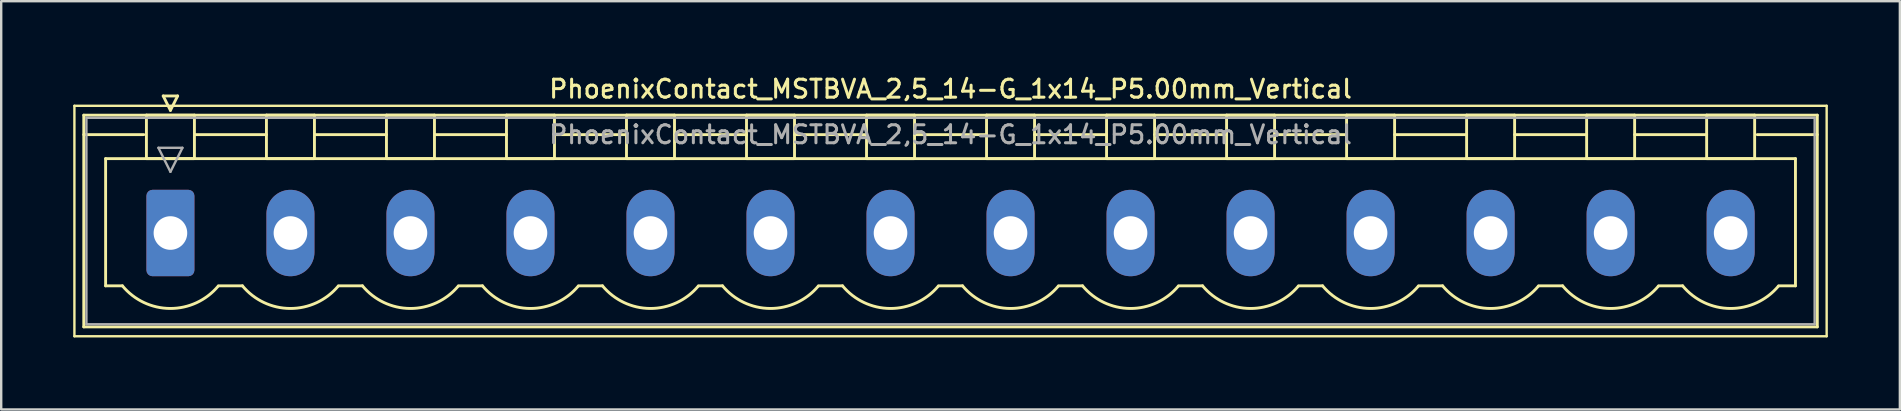
<source format=kicad_pcb>
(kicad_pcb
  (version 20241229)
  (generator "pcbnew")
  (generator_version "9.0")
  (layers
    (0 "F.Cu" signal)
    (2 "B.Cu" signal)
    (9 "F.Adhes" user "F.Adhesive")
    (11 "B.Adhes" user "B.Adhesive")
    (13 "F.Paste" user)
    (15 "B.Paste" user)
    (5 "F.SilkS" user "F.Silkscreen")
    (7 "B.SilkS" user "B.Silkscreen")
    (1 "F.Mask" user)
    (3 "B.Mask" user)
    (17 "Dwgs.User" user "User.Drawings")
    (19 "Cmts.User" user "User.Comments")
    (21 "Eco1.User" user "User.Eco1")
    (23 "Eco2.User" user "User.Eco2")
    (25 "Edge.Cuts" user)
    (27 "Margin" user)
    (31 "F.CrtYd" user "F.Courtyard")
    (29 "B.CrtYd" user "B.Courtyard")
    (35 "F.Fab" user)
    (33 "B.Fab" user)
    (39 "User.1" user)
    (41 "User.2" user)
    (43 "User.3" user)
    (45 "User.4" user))
  (footprint "PhoenixContact_MSTBVA_2,5_14-G_1x14_P5.00mm_Vertical"
    (layer "F.Cu")
    (at 4.05 6.658)
    (property "Reference" "PhoenixContact_MSTBVA_2,5_14-G_1x14_P5.00mm_Vertical" (at 32.5 -6 0) (layer "F.SilkS") (effects (font (size 0.75 0.75) (thickness 0.125))))
    (attr through_hole)
    (fp_line (start -4 -5.3) (end -4 4.3) (stroke (width 0.1) (type solid)) (layer "F.SilkS"))
    (fp_line (start -4 4.3) (end 69 4.3) (stroke (width 0.1) (type solid)) (layer "F.SilkS"))
    (fp_line (start -3.61 -4.91) (end -3.61 3.91) (stroke (width 0.12) (type solid)) (layer "F.SilkS"))
    (fp_line (start -3.61 -4.1) (end -1.11 -4.1) (stroke (width 0.12) (type solid)) (layer "F.SilkS"))
    (fp_line (start -3.61 3.91) (end 68.61 3.91) (stroke (width 0.12) (type solid)) (layer "F.SilkS"))
    (fp_line (start -2.7 -3.1) (end 67.7 -3.1) (stroke (width 0.12) (type solid)) (layer "F.SilkS"))
    (fp_line (start -2.7 2.2) (end -2.7 -3.1) (stroke (width 0.12) (type solid)) (layer "F.SilkS"))
    (fp_line (start -2 2.2) (end -2.7 2.2) (stroke (width 0.12) (type solid)) (layer "F.SilkS"))
    (fp_line (start -1 -4.91) (end 1 -4.91) (stroke (width 0.12) (type solid)) (layer "F.SilkS"))
    (fp_line (start -1 -3.1) (end -1 -4.91) (stroke (width 0.12) (type solid)) (layer "F.SilkS"))
    (fp_line (start -0.3 -5.71) (end 0.3 -5.71) (stroke (width 0.12) (type solid)) (layer "F.SilkS"))
    (fp_line (start 0 -5.11) (end -0.3 -5.71) (stroke (width 0.12) (type solid)) (layer "F.SilkS"))
    (fp_line (start 0.3 -5.71) (end 0 -5.11) (stroke (width 0.12) (type solid)) (layer "F.SilkS"))
    (fp_line (start 1 -4.91) (end 1 -3.1) (stroke (width 0.12) (type solid)) (layer "F.SilkS"))
    (fp_line (start 1 -4.1) (end 4 -4.1) (stroke (width 0.12) (type solid)) (layer "F.SilkS"))
    (fp_line (start 1 -3.1) (end -1 -3.1) (stroke (width 0.12) (type solid)) (layer "F.SilkS"))
    (fp_line (start 2 2.2) (end 3 2.2) (stroke (width 0.12) (type solid)) (layer "F.SilkS"))
    (fp_line (start 4 -4.91) (end 6 -4.91) (stroke (width 0.12) (type solid)) (layer "F.SilkS"))
    (fp_line (start 4 -3.1) (end 4 -4.91) (stroke (width 0.12) (type solid)) (layer "F.SilkS"))
    (fp_line (start 6 -4.91) (end 6 -3.1) (stroke (width 0.12) (type solid)) (layer "F.SilkS"))
    (fp_line (start 6 -4.1) (end 9 -4.1) (stroke (width 0.12) (type solid)) (layer "F.SilkS"))
    (fp_line (start 6 -3.1) (end 4 -3.1) (stroke (width 0.12) (type solid)) (layer "F.SilkS"))
    (fp_line (start 7 2.2) (end 8 2.2) (stroke (width 0.12) (type solid)) (layer "F.SilkS"))
    (fp_line (start 9 -4.91) (end 11 -4.91) (stroke (width 0.12) (type solid)) (layer "F.SilkS"))
    (fp_line (start 9 -3.1) (end 9 -4.91) (stroke (width 0.12) (type solid)) (layer "F.SilkS"))
    (fp_line (start 11 -4.91) (end 11 -3.1) (stroke (width 0.12) (type solid)) (layer "F.SilkS"))
    (fp_line (start 11 -4.1) (end 14 -4.1) (stroke (width 0.12) (type solid)) (layer "F.SilkS"))
    (fp_line (start 11 -3.1) (end 9 -3.1) (stroke (width 0.12) (type solid)) (layer "F.SilkS"))
    (fp_line (start 12 2.2) (end 13 2.2) (stroke (width 0.12) (type solid)) (layer "F.SilkS"))
    (fp_line (start 14 -4.91) (end 16 -4.91) (stroke (width 0.12) (type solid)) (layer "F.SilkS"))
    (fp_line (start 14 -3.1) (end 14 -4.91) (stroke (width 0.12) (type solid)) (layer "F.SilkS"))
    (fp_line (start 16 -4.91) (end 16 -3.1) (stroke (width 0.12) (type solid)) (layer "F.SilkS"))
    (fp_line (start 16 -4.1) (end 19 -4.1) (stroke (width 0.12) (type solid)) (layer "F.SilkS"))
    (fp_line (start 16 -3.1) (end 14 -3.1) (stroke (width 0.12) (type solid)) (layer "F.SilkS"))
    (fp_line (start 17 2.2) (end 18 2.2) (stroke (width 0.12) (type solid)) (layer "F.SilkS"))
    (fp_line (start 19 -4.91) (end 21 -4.91) (stroke (width 0.12) (type solid)) (layer "F.SilkS"))
    (fp_line (start 19 -3.1) (end 19 -4.91) (stroke (width 0.12) (type solid)) (layer "F.SilkS"))
    (fp_line (start 21 -4.91) (end 21 -3.1) (stroke (width 0.12) (type solid)) (layer "F.SilkS"))
    (fp_line (start 21 -4.1) (end 24 -4.1) (stroke (width 0.12) (type solid)) (layer "F.SilkS"))
    (fp_line (start 21 -3.1) (end 19 -3.1) (stroke (width 0.12) (type solid)) (layer "F.SilkS"))
    (fp_line (start 22 2.2) (end 23 2.2) (stroke (width 0.12) (type solid)) (layer "F.SilkS"))
    (fp_line (start 24 -4.91) (end 26 -4.91) (stroke (width 0.12) (type solid)) (layer "F.SilkS"))
    (fp_line (start 24 -3.1) (end 24 -4.91) (stroke (width 0.12) (type solid)) (layer "F.SilkS"))
    (fp_line (start 26 -4.91) (end 26 -3.1) (stroke (width 0.12) (type solid)) (layer "F.SilkS"))
    (fp_line (start 26 -4.1) (end 29 -4.1) (stroke (width 0.12) (type solid)) (layer "F.SilkS"))
    (fp_line (start 26 -3.1) (end 24 -3.1) (stroke (width 0.12) (type solid)) (layer "F.SilkS"))
    (fp_line (start 27 2.2) (end 28 2.2) (stroke (width 0.12) (type solid)) (layer "F.SilkS"))
    (fp_line (start 29 -4.91) (end 31 -4.91) (stroke (width 0.12) (type solid)) (layer "F.SilkS"))
    (fp_line (start 29 -3.1) (end 29 -4.91) (stroke (width 0.12) (type solid)) (layer "F.SilkS"))
    (fp_line (start 31 -4.91) (end 31 -3.1) (stroke (width 0.12) (type solid)) (layer "F.SilkS"))
    (fp_line (start 31 -4.1) (end 34 -4.1) (stroke (width 0.12) (type solid)) (layer "F.SilkS"))
    (fp_line (start 31 -3.1) (end 29 -3.1) (stroke (width 0.12) (type solid)) (layer "F.SilkS"))
    (fp_line (start 32 2.2) (end 33 2.2) (stroke (width 0.12) (type solid)) (layer "F.SilkS"))
    (fp_line (start 34 -4.91) (end 36 -4.91) (stroke (width 0.12) (type solid)) (layer "F.SilkS"))
    (fp_line (start 34 -3.1) (end 34 -4.91) (stroke (width 0.12) (type solid)) (layer "F.SilkS"))
    (fp_line (start 36 -4.91) (end 36 -3.1) (stroke (width 0.12) (type solid)) (layer "F.SilkS"))
    (fp_line (start 36 -4.1) (end 39 -4.1) (stroke (width 0.12) (type solid)) (layer "F.SilkS"))
    (fp_line (start 36 -3.1) (end 34 -3.1) (stroke (width 0.12) (type solid)) (layer "F.SilkS"))
    (fp_line (start 37 2.2) (end 38 2.2) (stroke (width 0.12) (type solid)) (layer "F.SilkS"))
    (fp_line (start 39 -4.91) (end 41 -4.91) (stroke (width 0.12) (type solid)) (layer "F.SilkS"))
    (fp_line (start 39 -3.1) (end 39 -4.91) (stroke (width 0.12) (type solid)) (layer "F.SilkS"))
    (fp_line (start 41 -4.91) (end 41 -3.1) (stroke (width 0.12) (type solid)) (layer "F.SilkS"))
    (fp_line (start 41 -4.1) (end 44 -4.1) (stroke (width 0.12) (type solid)) (layer "F.SilkS"))
    (fp_line (start 41 -3.1) (end 39 -3.1) (stroke (width 0.12) (type solid)) (layer "F.SilkS"))
    (fp_line (start 42 2.2) (end 43 2.2) (stroke (width 0.12) (type solid)) (layer "F.SilkS"))
    (fp_line (start 44 -4.91) (end 46 -4.91) (stroke (width 0.12) (type solid)) (layer "F.SilkS"))
    (fp_line (start 44 -3.1) (end 44 -4.91) (stroke (width 0.12) (type solid)) (layer "F.SilkS"))
    (fp_line (start 46 -4.91) (end 46 -3.1) (stroke (width 0.12) (type solid)) (layer "F.SilkS"))
    (fp_line (start 46 -4.1) (end 49 -4.1) (stroke (width 0.12) (type solid)) (layer "F.SilkS"))
    (fp_line (start 46 -3.1) (end 44 -3.1) (stroke (width 0.12) (type solid)) (layer "F.SilkS"))
    (fp_line (start 47 2.2) (end 48 2.2) (stroke (width 0.12) (type solid)) (layer "F.SilkS"))
    (fp_line (start 49 -4.91) (end 51 -4.91) (stroke (width 0.12) (type solid)) (layer "F.SilkS"))
    (fp_line (start 49 -3.1) (end 49 -4.91) (stroke (width 0.12) (type solid)) (layer "F.SilkS"))
    (fp_line (start 51 -4.91) (end 51 -3.1) (stroke (width 0.12) (type solid)) (layer "F.SilkS"))
    (fp_line (start 51 -4.1) (end 54 -4.1) (stroke (width 0.12) (type solid)) (layer "F.SilkS"))
    (fp_line (start 51 -3.1) (end 49 -3.1) (stroke (width 0.12) (type solid)) (layer "F.SilkS"))
    (fp_line (start 52 2.2) (end 53 2.2) (stroke (width 0.12) (type solid)) (layer "F.SilkS"))
    (fp_line (start 54 -4.91) (end 56 -4.91) (stroke (width 0.12) (type solid)) (layer "F.SilkS"))
    (fp_line (start 54 -3.1) (end 54 -4.91) (stroke (width 0.12) (type solid)) (layer "F.SilkS"))
    (fp_line (start 56 -4.91) (end 56 -3.1) (stroke (width 0.12) (type solid)) (layer "F.SilkS"))
    (fp_line (start 56 -4.1) (end 59 -4.1) (stroke (width 0.12) (type solid)) (layer "F.SilkS"))
    (fp_line (start 56 -3.1) (end 54 -3.1) (stroke (width 0.12) (type solid)) (layer "F.SilkS"))
    (fp_line (start 57 2.2) (end 58 2.2) (stroke (width 0.12) (type solid)) (layer "F.SilkS"))
    (fp_line (start 59 -4.91) (end 61 -4.91) (stroke (width 0.12) (type solid)) (layer "F.SilkS"))
    (fp_line (start 59 -3.1) (end 59 -4.91) (stroke (width 0.12) (type solid)) (layer "F.SilkS"))
    (fp_line (start 61 -4.91) (end 61 -3.1) (stroke (width 0.12) (type solid)) (layer "F.SilkS"))
    (fp_line (start 61 -4.1) (end 64 -4.1) (stroke (width 0.12) (type solid)) (layer "F.SilkS"))
    (fp_line (start 61 -3.1) (end 59 -3.1) (stroke (width 0.12) (type solid)) (layer "F.SilkS"))
    (fp_line (start 62 2.2) (end 63 2.2) (stroke (width 0.12) (type solid)) (layer "F.SilkS"))
    (fp_line (start 64 -4.91) (end 66 -4.91) (stroke (width 0.12) (type solid)) (layer "F.SilkS"))
    (fp_line (start 64 -3.1) (end 64 -4.91) (stroke (width 0.12) (type solid)) (layer "F.SilkS"))
    (fp_line (start 66 -4.91) (end 66 -3.1) (stroke (width 0.12) (type solid)) (layer "F.SilkS"))
    (fp_line (start 66 -3.1) (end 64 -3.1) (stroke (width 0.12) (type solid)) (layer "F.SilkS"))
    (fp_line (start 67.7 -3.1) (end 67.7 2.2) (stroke (width 0.12) (type solid)) (layer "F.SilkS"))
    (fp_line (start 67.7 2.2) (end 67 2.2) (stroke (width 0.12) (type solid)) (layer "F.SilkS"))
    (fp_line (start 68.61 -4.91) (end -3.61 -4.91) (stroke (width 0.12) (type solid)) (layer "F.SilkS"))
    (fp_line (start 68.61 -4.1) (end 66.11 -4.1) (stroke (width 0.12) (type solid)) (layer "F.SilkS"))
    (fp_line (start 68.61 3.91) (end 68.61 -4.91) (stroke (width 0.12) (type solid)) (layer "F.SilkS"))
    (fp_line (start 69 -5.3) (end -4 -5.3) (stroke (width 0.1) (type solid)) (layer "F.SilkS"))
    (fp_line (start 69 4.3) (end 69 -5.3) (stroke (width 0.1) (type solid)) (layer "F.SilkS"))
    (fp_arc (start 1.986842 2.215821) (mid -0.010289 3.142758) (end -2 2.2) (stroke (width 0.12) (type solid)) (layer "F.SilkS"))
    (fp_arc (start 6.986842 2.215821) (mid 4.989711 3.142758) (end 3 2.2) (stroke (width 0.12) (type solid)) (layer "F.SilkS"))
    (fp_arc (start 11.986842 2.215821) (mid 9.989711 3.142758) (end 8 2.2) (stroke (width 0.12) (type solid)) (layer "F.SilkS"))
    (fp_arc (start 16.986842 2.215821) (mid 14.989711 3.142758) (end 13 2.2) (stroke (width 0.12) (type solid)) (layer "F.SilkS"))
    (fp_arc (start 21.986842 2.215821) (mid 19.989711 3.142758) (end 18 2.2) (stroke (width 0.12) (type solid)) (layer "F.SilkS"))
    (fp_arc (start 26.986842 2.215821) (mid 24.989711 3.142758) (end 23 2.2) (stroke (width 0.12) (type solid)) (layer "F.SilkS"))
    (fp_arc (start 31.986842 2.215821) (mid 29.989711 3.142758) (end 28 2.2) (stroke (width 0.12) (type solid)) (layer "F.SilkS"))
    (fp_arc (start 36.986842 2.215821) (mid 34.989711 3.142758) (end 33 2.2) (stroke (width 0.12) (type solid)) (layer "F.SilkS"))
    (fp_arc (start 41.986842 2.215821) (mid 39.989711 3.142758) (end 38 2.2) (stroke (width 0.12) (type solid)) (layer "F.SilkS"))
    (fp_arc (start 46.986842 2.215821) (mid 44.989711 3.142758) (end 43 2.2) (stroke (width 0.12) (type solid)) (layer "F.SilkS"))
    (fp_arc (start 51.986842 2.215821) (mid 49.989711 3.142758) (end 48 2.2) (stroke (width 0.12) (type solid)) (layer "F.SilkS"))
    (fp_arc (start 56.986842 2.215821) (mid 54.989711 3.142758) (end 53 2.2) (stroke (width 0.12) (type solid)) (layer "F.SilkS"))
    (fp_arc (start 61.986842 2.215821) (mid 59.989711 3.142758) (end 58 2.2) (stroke (width 0.12) (type solid)) (layer "F.SilkS"))
    (fp_arc (start 66.986842 2.215821) (mid 64.989711 3.142758) (end 63 2.2) (stroke (width 0.12) (type solid)) (layer "F.SilkS"))
    (fp_line (start -3.5 -4.8) (end -3.5 3.8) (stroke (width 0.1) (type solid)) (layer "F.Fab"))
    (fp_line (start -3.5 3.8) (end 68.5 3.8) (stroke (width 0.1) (type solid)) (layer "F.Fab"))
    (fp_line (start -0.5 -3.55) (end 0.5 -3.55) (stroke (width 0.1) (type solid)) (layer "F.Fab"))
    (fp_line (start 0 -2.55) (end -0.5 -3.55) (stroke (width 0.1) (type solid)) (layer "F.Fab"))
    (fp_line (start 0.5 -3.55) (end 0 -2.55) (stroke (width 0.1) (type solid)) (layer "F.Fab"))
    (fp_line (start 68.5 -4.8) (end -3.5 -4.8) (stroke (width 0.1) (type solid)) (layer "F.Fab"))
    (fp_line (start 68.5 3.8) (end 68.5 -4.8) (stroke (width 0.1) (type solid)) (layer "F.Fab"))
    (fp_text user "${REFERENCE}" (at 32.5 -4.1 0) (layer "F.Fab") (effects (font (size 0.75 0.75) (thickness 0.125))))
    (pad "1" thru_hole roundrect (at 0 0) (size 2 3.6) (drill 1.4) (layers "*.Cu" "*.Mask") (roundrect_rratio 0.125))
    (pad "2" thru_hole oval (at 5 0) (size 2 3.6) (drill 1.4) (layers "*.Cu" "*.Mask"))
    (pad "3" thru_hole oval (at 10 0) (size 2 3.6) (drill 1.4) (layers "*.Cu" "*.Mask"))
    (pad "4" thru_hole oval (at 15 0) (size 2 3.6) (drill 1.4) (layers "*.Cu" "*.Mask"))
    (pad "5" thru_hole oval (at 20 0) (size 2 3.6) (drill 1.4) (layers "*.Cu" "*.Mask"))
    (pad "6" thru_hole oval (at 25 0) (size 2 3.6) (drill 1.4) (layers "*.Cu" "*.Mask"))
    (pad "7" thru_hole oval (at 30 0) (size 2 3.6) (drill 1.4) (layers "*.Cu" "*.Mask"))
    (pad "8" thru_hole oval (at 35 0) (size 2 3.6) (drill 1.4) (layers "*.Cu" "*.Mask"))
    (pad "9" thru_hole oval (at 40 0) (size 2 3.6) (drill 1.4) (layers "*.Cu" "*.Mask"))
    (pad "10" thru_hole oval (at 45 0) (size 2 3.6) (drill 1.4) (layers "*.Cu" "*.Mask"))
    (pad "11" thru_hole oval (at 50 0) (size 2 3.6) (drill 1.4) (layers "*.Cu" "*.Mask"))
    (pad "12" thru_hole oval (at 55 0) (size 2 3.6) (drill 1.4) (layers "*.Cu" "*.Mask"))
    (pad "13" thru_hole oval (at 60 0) (size 2 3.6) (drill 1.4) (layers "*.Cu" "*.Mask"))
    (pad "14" thru_hole oval (at 65 0) (size 2 3.6) (drill 1.4) (layers "*.Cu" "*.Mask")))
  (gr_rect
    (start -3 -3)
    (end 76.1 14.008)
    (stroke (width 0.1) (type default))
    (fill no)
    (layer "Edge.Cuts")))
</source>
